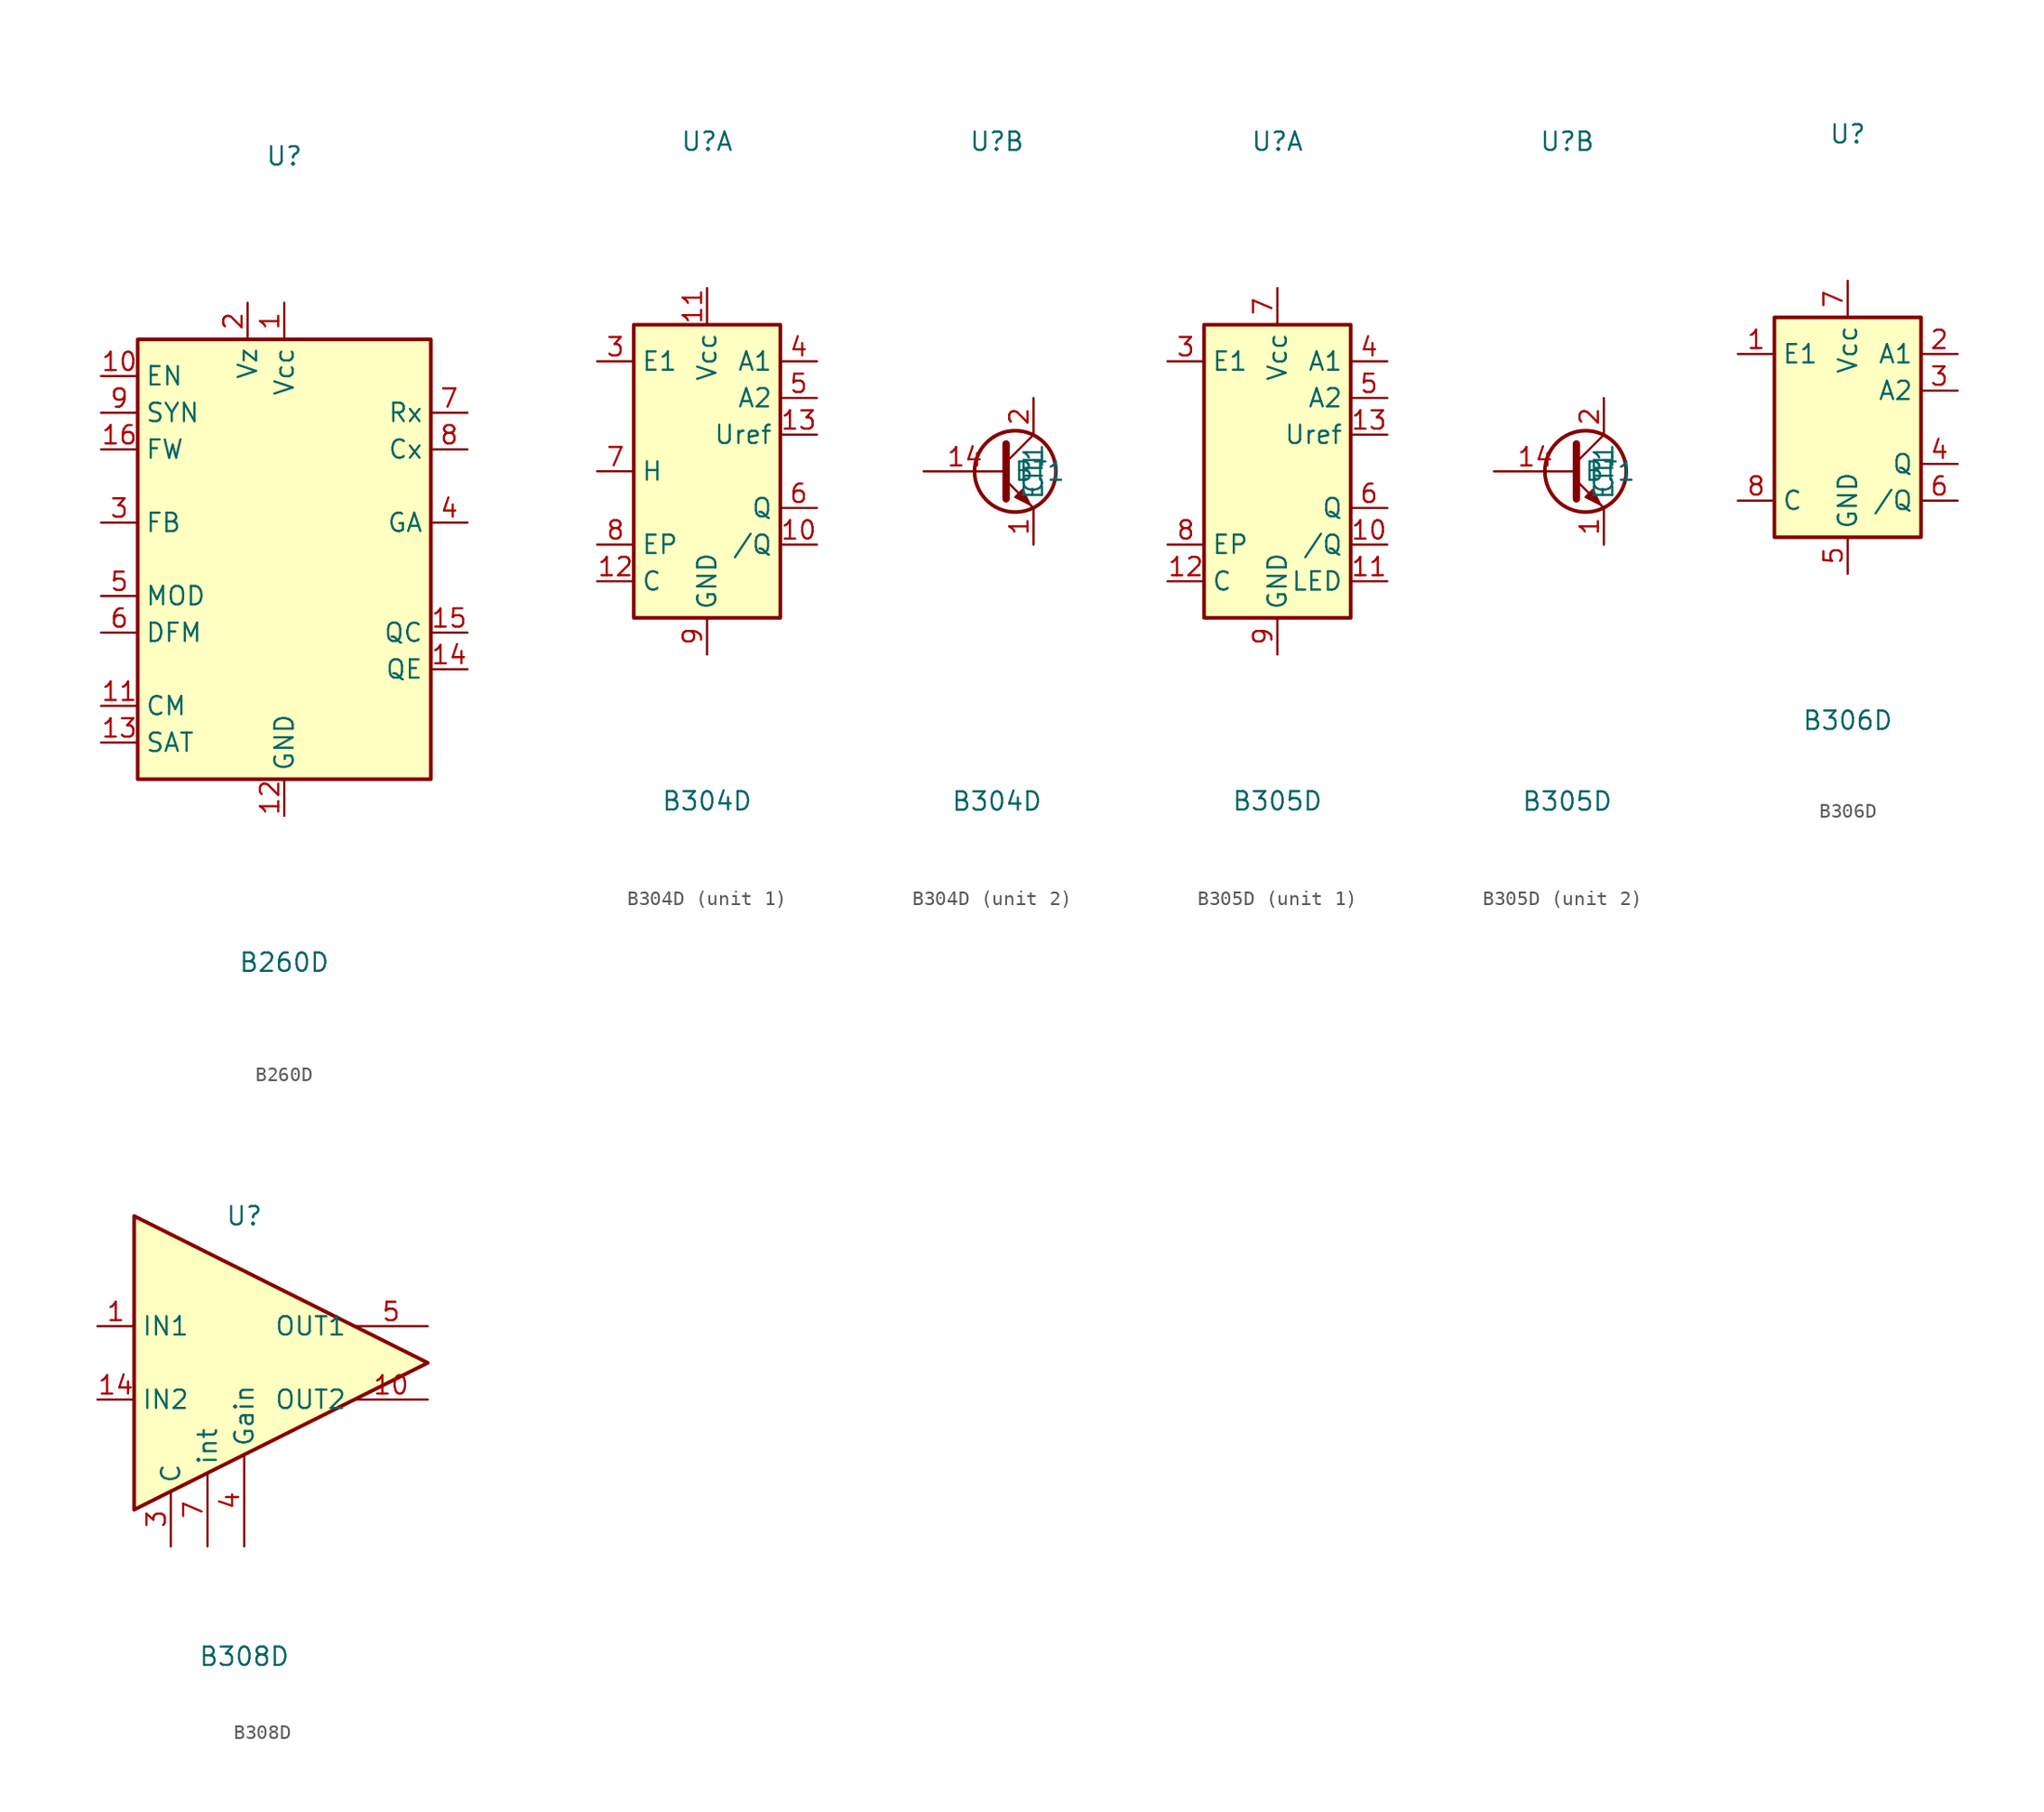
<source format=kicad_sym>
(kicad_symbol_lib
  (version 20211014)
  (generator kicad_symbol_editor)
  (symbol "B260D"
    (property "Reference" "U"
      (at 0 27.94 0)
      (effects (font (size 1.27 1.27))))
    (property "Value" "B260D"
      (at 0 -27.94 0)
      (effects (font (size 1.27 1.27))))
    (symbol "B260D_0_1"
      (rectangle (start -10.16 15.24) (end 10.16 -15.24) (stroke (width 0.254) (type default) (color 0 0 0 0)) (fill (type background))))
    (symbol "B260D_1_1"
      (pin power_in line (at 0 17.78 270) (length 2.54) (name "Vcc" (effects (font (size 1.27 1.27)))) (number "1" (effects (font (size 1.27 1.27)))))
      (pin input line (at -12.7 12.7 0) (length 2.54) (name "EN" (effects (font (size 1.27 1.27)))) (number "10" (effects (font (size 1.27 1.27)))))
      (pin input line (at -12.7 -10.16 0) (length 2.54) (name "CM" (effects (font (size 1.27 1.27)))) (number "11" (effects (font (size 1.27 1.27)))))
      (pin power_in line (at 0 -17.78 90) (length 2.54) (name "GND" (effects (font (size 1.27 1.27)))) (number "12" (effects (font (size 1.27 1.27)))))
      (pin input line (at -12.7 -12.7 0) (length 2.54) (name "SAT" (effects (font (size 1.27 1.27)))) (number "13" (effects (font (size 1.27 1.27)))))
      (pin open_emitter line (at 12.7 -7.62 180) (length 2.54) (name "QE" (effects (font (size 1.27 1.27)))) (number "14" (effects (font (size 1.27 1.27)))))
      (pin open_collector line (at 12.7 -5.08 180) (length 2.54) (name "QC" (effects (font (size 1.27 1.27)))) (number "15" (effects (font (size 1.27 1.27)))))
      (pin input line (at -12.7 7.62 0) (length 2.54) (name "FW" (effects (font (size 1.27 1.27)))) (number "16" (effects (font (size 1.27 1.27)))))
      (pin power_in line (at -2.54 17.78 270) (length 2.54) (name "Vz" (effects (font (size 1.27 1.27)))) (number "2" (effects (font (size 1.27 1.27)))))
      (pin input line (at -12.7 2.54 0) (length 2.54) (name "FB" (effects (font (size 1.27 1.27)))) (number "3" (effects (font (size 1.27 1.27)))))
      (pin output line (at 12.7 2.54 180) (length 2.54) (name "GA" (effects (font (size 1.27 1.27)))) (number "4" (effects (font (size 1.27 1.27)))))
      (pin input line (at -12.7 -2.54 0) (length 2.54) (name "MOD" (effects (font (size 1.27 1.27)))) (number "5" (effects (font (size 1.27 1.27)))))
      (pin input line (at -12.7 -5.08 0) (length 2.54) (name "DFM" (effects (font (size 1.27 1.27)))) (number "6" (effects (font (size 1.27 1.27)))))
      (pin passive line (at 12.7 10.16 180) (length 2.54) (name "Rx" (effects (font (size 1.27 1.27)))) (number "7" (effects (font (size 1.27 1.27)))))
      (pin passive line (at 12.7 7.62 180) (length 2.54) (name "Cx" (effects (font (size 1.27 1.27)))) (number "8" (effects (font (size 1.27 1.27)))))
      (pin input line (at -12.7 10.16 0) (length 2.54) (name "SYN" (effects (font (size 1.27 1.27)))) (number "9" (effects (font (size 1.27 1.27)))))))
  (symbol "B304D"
    (property "Reference" "U"
      (at 0 22.86 0)
      (effects (font (size 1.27 1.27))))
    (property "Value" "B304D"
      (at 0 -22.86 0)
      (effects (font (size 1.27 1.27))))
    (property "ki_locked" ""
      (at 0 0 0)
      (effects (font (size 1.27 1.27))))
    (symbol "B304D_1_0"
      (pin output line (at 7.62 -5.08 180) (length 2.54) (name "/Q" (effects (font (size 1.27 1.27)))) (number "10" (effects (font (size 1.27 1.27)))))
      (pin power_in line (at 0 12.7 270) (length 2.54) (name "Vcc" (effects (font (size 1.27 1.27)))) (number "11" (effects (font (size 1.27 1.27)))))
      (pin passive line (at -7.62 -7.62 0) (length 2.54) (name "C" (effects (font (size 1.27 1.27)))) (number "12" (effects (font (size 1.27 1.27)))))
      (pin input line (at -7.62 7.62 0) (length 2.54) (name "E1" (effects (font (size 1.27 1.27)))) (number "3" (effects (font (size 1.27 1.27)))))
      (pin output line (at 7.62 7.62 180) (length 2.54) (name "A1" (effects (font (size 1.27 1.27)))) (number "4" (effects (font (size 1.27 1.27)))))
      (pin output line (at 7.62 5.08 180) (length 2.54) (name "A2" (effects (font (size 1.27 1.27)))) (number "5" (effects (font (size 1.27 1.27)))))
      (pin output line (at 7.62 -2.54 180) (length 2.54) (name "Q" (effects (font (size 1.27 1.27)))) (number "6" (effects (font (size 1.27 1.27)))))
      (pin input line (at -7.62 0 0) (length 2.54) (name "H" (effects (font (size 1.27 1.27)))) (number "7" (effects (font (size 1.27 1.27)))))
      (pin power_in line (at 0 -12.7 90) (length 2.54) (name "GND" (effects (font (size 1.27 1.27)))) (number "9" (effects (font (size 1.27 1.27))))))
    (symbol "B304D_1_1"
      (rectangle (start -5.08 10.16) (end 5.08 -10.16) (stroke (width 0.254) (type default) (color 0 0 0 0)) (fill (type background)))
      (pin output line (at 7.62 2.54 180) (length 2.54) (name "Uref" (effects (font (size 1.27 1.27)))) (number "13" (effects (font (size 1.27 1.27)))))
      (pin input line (at -7.62 -5.08 0) (length 2.54) (name "EP" (effects (font (size 1.27 1.27)))) (number "8" (effects (font (size 1.27 1.27))))))
    (symbol "B304D_2_1"
      (polyline (pts (xy 0.635 0.635) (xy 2.54 2.54)) (stroke (width 0) (type default) (color 0 0 0 0)) (fill (type none)))
      (polyline (pts (xy 0.635 -0.635) (xy 2.54 -2.54) (xy 2.54 -2.54)) (stroke (width 0) (type default) (color 0 0 0 0)) (fill (type none)))
      (polyline (pts (xy 0.635 1.905) (xy 0.635 -1.905) (xy 0.635 -1.905)) (stroke (width 0.508) (type default) (color 0 0 0 0)) (fill (type none)))
      (polyline (pts (xy 1.27 -1.778) (xy 1.778 -1.27) (xy 2.286 -2.286) (xy 1.27 -1.778) (xy 1.27 -1.778)) (stroke (width 0) (type default) (color 0 0 0 0)) (fill (type outline)))
      (circle (center 1.27 0) (radius 2.819) (stroke (width 0.254) (type default) (color 0 0 0 0)) (fill (type none)))
      (pin passive line (at 2.54 -5.08 90) (length 2.54) (name "ET1" (effects (font (size 1.27 1.27)))) (number "1" (effects (font (size 1.27 1.27)))))
      (pin input line (at -5.08 0 0) (length 5.715) (name "BT1" (effects (font (size 1.27 1.27)))) (number "14" (effects (font (size 1.27 1.27)))))
      (pin passive line (at 2.54 5.08 270) (length 2.54) (name "CT1" (effects (font (size 1.27 1.27)))) (number "2" (effects (font (size 1.27 1.27)))))))
  (symbol "B305D"
    (property "Reference" "U"
      (at 0 22.86 0)
      (effects (font (size 1.27 1.27))))
    (property "Value" "B305D"
      (at 0 -22.86 0)
      (effects (font (size 1.27 1.27))))
    (property "ki_locked" ""
      (at 0 0 0)
      (effects (font (size 1.27 1.27))))
    (symbol "B305D_1_0"
      (pin output line (at 7.62 -5.08 180) (length 2.54) (name "/Q" (effects (font (size 1.27 1.27)))) (number "10" (effects (font (size 1.27 1.27)))))
      (pin output line (at 7.62 -7.62 180) (length 2.54) (name "LED" (effects (font (size 1.27 1.27)))) (number "11" (effects (font (size 1.27 1.27)))))
      (pin passive line (at -7.62 -7.62 0) (length 2.54) (name "C" (effects (font (size 1.27 1.27)))) (number "12" (effects (font (size 1.27 1.27)))))
      (pin input line (at -7.62 7.62 0) (length 2.54) (name "E1" (effects (font (size 1.27 1.27)))) (number "3" (effects (font (size 1.27 1.27)))))
      (pin output line (at 7.62 7.62 180) (length 2.54) (name "A1" (effects (font (size 1.27 1.27)))) (number "4" (effects (font (size 1.27 1.27)))))
      (pin output line (at 7.62 5.08 180) (length 2.54) (name "A2" (effects (font (size 1.27 1.27)))) (number "5" (effects (font (size 1.27 1.27)))))
      (pin output line (at 7.62 -2.54 180) (length 2.54) (name "Q" (effects (font (size 1.27 1.27)))) (number "6" (effects (font (size 1.27 1.27)))))
      (pin power_in line (at 0 12.7 270) (length 2.54) (name "Vcc" (effects (font (size 1.27 1.27)))) (number "7" (effects (font (size 1.27 1.27)))))
      (pin power_in line (at 0 -12.7 90) (length 2.54) (name "GND" (effects (font (size 1.27 1.27)))) (number "9" (effects (font (size 1.27 1.27))))))
    (symbol "B305D_1_1"
      (rectangle (start -5.08 10.16) (end 5.08 -10.16) (stroke (width 0.254) (type default) (color 0 0 0 0)) (fill (type background)))
      (pin output line (at 7.62 2.54 180) (length 2.54) (name "Uref" (effects (font (size 1.27 1.27)))) (number "13" (effects (font (size 1.27 1.27)))))
      (pin input line (at -7.62 -5.08 0) (length 2.54) (name "EP" (effects (font (size 1.27 1.27)))) (number "8" (effects (font (size 1.27 1.27))))))
    (symbol "B305D_2_1"
      (polyline (pts (xy 0.635 0.635) (xy 2.54 2.54)) (stroke (width 0) (type default) (color 0 0 0 0)) (fill (type none)))
      (polyline (pts (xy 0.635 -0.635) (xy 2.54 -2.54) (xy 2.54 -2.54)) (stroke (width 0) (type default) (color 0 0 0 0)) (fill (type none)))
      (polyline (pts (xy 0.635 1.905) (xy 0.635 -1.905) (xy 0.635 -1.905)) (stroke (width 0.508) (type default) (color 0 0 0 0)) (fill (type none)))
      (polyline (pts (xy 1.27 -1.778) (xy 1.778 -1.27) (xy 2.286 -2.286) (xy 1.27 -1.778) (xy 1.27 -1.778)) (stroke (width 0) (type default) (color 0 0 0 0)) (fill (type outline)))
      (circle (center 1.27 0) (radius 2.819) (stroke (width 0.254) (type default) (color 0 0 0 0)) (fill (type none)))
      (pin passive line (at 2.54 -5.08 90) (length 2.54) (name "ET1" (effects (font (size 1.27 1.27)))) (number "1" (effects (font (size 1.27 1.27)))))
      (pin input line (at -5.08 0 0) (length 5.715) (name "BT1" (effects (font (size 1.27 1.27)))) (number "14" (effects (font (size 1.27 1.27)))))
      (pin passive line (at 2.54 5.08 270) (length 2.54) (name "CT1" (effects (font (size 1.27 1.27)))) (number "2" (effects (font (size 1.27 1.27)))))))
  (symbol "B306D"
    (property "Reference" "U"
      (at 0 20.32 0)
      (effects (font (size 1.27 1.27))))
    (property "Value" "B306D"
      (at 0 -20.32 0)
      (effects (font (size 1.27 1.27))))
    (symbol "B306D_0_0"
      (pin input line (at -7.62 5.08 0) (length 2.54) (name "E1" (effects (font (size 1.27 1.27)))) (number "1" (effects (font (size 1.27 1.27)))))
      (pin output line (at 7.62 5.08 180) (length 2.54) (name "A1" (effects (font (size 1.27 1.27)))) (number "2" (effects (font (size 1.27 1.27)))))
      (pin output line (at 7.62 2.54 180) (length 2.54) (name "A2" (effects (font (size 1.27 1.27)))) (number "3" (effects (font (size 1.27 1.27)))))
      (pin output line (at 7.62 -2.54 180) (length 2.54) (name "Q" (effects (font (size 1.27 1.27)))) (number "4" (effects (font (size 1.27 1.27)))))
      (pin power_in line (at 0 -10.16 90) (length 2.54) (name "GND" (effects (font (size 1.27 1.27)))) (number "5" (effects (font (size 1.27 1.27)))))
      (pin output line (at 7.62 -5.08 180) (length 2.54) (name "/Q" (effects (font (size 1.27 1.27)))) (number "6" (effects (font (size 1.27 1.27)))))
      (pin power_in line (at 0 10.16 270) (length 2.54) (name "Vcc" (effects (font (size 1.27 1.27)))) (number "7" (effects (font (size 1.27 1.27)))))
      (pin passive line (at -7.62 -5.08 0) (length 2.54) (name "C" (effects (font (size 1.27 1.27)))) (number "8" (effects (font (size 1.27 1.27))))))
    (symbol "B306D_0_1"
      (rectangle (start -5.08 7.62) (end 5.08 -7.62) (stroke (width 0.254) (type default) (color 0 0 0 0)) (fill (type background)))))
  (symbol "B308D"
    (property "Reference" "U"
      (at 0 10.16 0)
      (effects (font (size 1.27 1.27))))
    (property "Value" "B308D"
      (at 0 -20.32 0)
      (effects (font (size 1.27 1.27))))
    (symbol "B308D_0_1"
      (polyline (pts (xy -7.62 10.16) (xy -7.62 -10.16) (xy 12.7 0) (xy -7.62 10.16)) (stroke (width 0.254) (type default) (color 0 0 0 0)) (fill (type background))))
    (symbol "B308D_1_1"
      (pin input line (at -10.16 2.54 0) (length 2.54) (name "IN1" (effects (font (size 1.27 1.27)))) (number "1" (effects (font (size 1.27 1.27)))))
      (pin output line (at 12.7 -2.54 180) (length 5.08) (name "OUT2" (effects (font (size 1.27 1.27)))) (number "10" (effects (font (size 1.27 1.27)))))
      (pin no_connect line (at -5.08 -5.08 180) (length 2.54) hide (name "~" (effects (font (size 1.27 1.27)))) (number "11" (effects (font (size 1.27 1.27)))))
      (pin no_connect line (at -5.08 -7.62 180) (length 2.54) hide (name "~" (effects (font (size 1.27 1.27)))) (number "12" (effects (font (size 1.27 1.27)))))
      (pin no_connect line (at -5.08 -10.16 180) (length 2.54) hide (name "~" (effects (font (size 1.27 1.27)))) (number "13" (effects (font (size 1.27 1.27)))))
      (pin input line (at -10.16 -2.54 0) (length 2.54) (name "IN2" (effects (font (size 1.27 1.27)))) (number "14" (effects (font (size 1.27 1.27)))))
      (pin no_connect line (at -5.08 10.16 180) (length 2.54) hide (name "~" (effects (font (size 1.27 1.27)))) (number "2" (effects (font (size 1.27 1.27)))))
      (pin passive line (at -5.08 -12.7 90) (length 3.81) (name "C" (effects (font (size 1.27 1.27)))) (number "3" (effects (font (size 1.27 1.27)))))
      (pin passive line (at 0 -12.7 90) (length 6.35) (name "Gain" (effects (font (size 1.27 1.27)))) (number "4" (effects (font (size 1.27 1.27)))))
      (pin output line (at 12.7 2.54 180) (length 5.08) (name "OUT1" (effects (font (size 1.27 1.27)))) (number "5" (effects (font (size 1.27 1.27)))))
      (pin no_connect line (at -5.08 7.62 180) (length 2.54) hide (name "~" (effects (font (size 1.27 1.27)))) (number "6" (effects (font (size 1.27 1.27)))))
      (pin passive line (at -2.54 -12.7 90) (length 5.08) (name "int" (effects (font (size 1.27 1.27)))) (number "7" (effects (font (size 1.27 1.27)))))
      (pin no_connect line (at -5.08 5.08 180) (length 2.54) hide (name "~" (effects (font (size 1.27 1.27)))) (number "8" (effects (font (size 1.27 1.27)))))
      (pin no_connect line (at -5.08 0 180) (length 2.54) hide (name "~" (effects (font (size 1.27 1.27)))) (number "9" (effects (font (size 1.27 1.27))))))))
</source>
